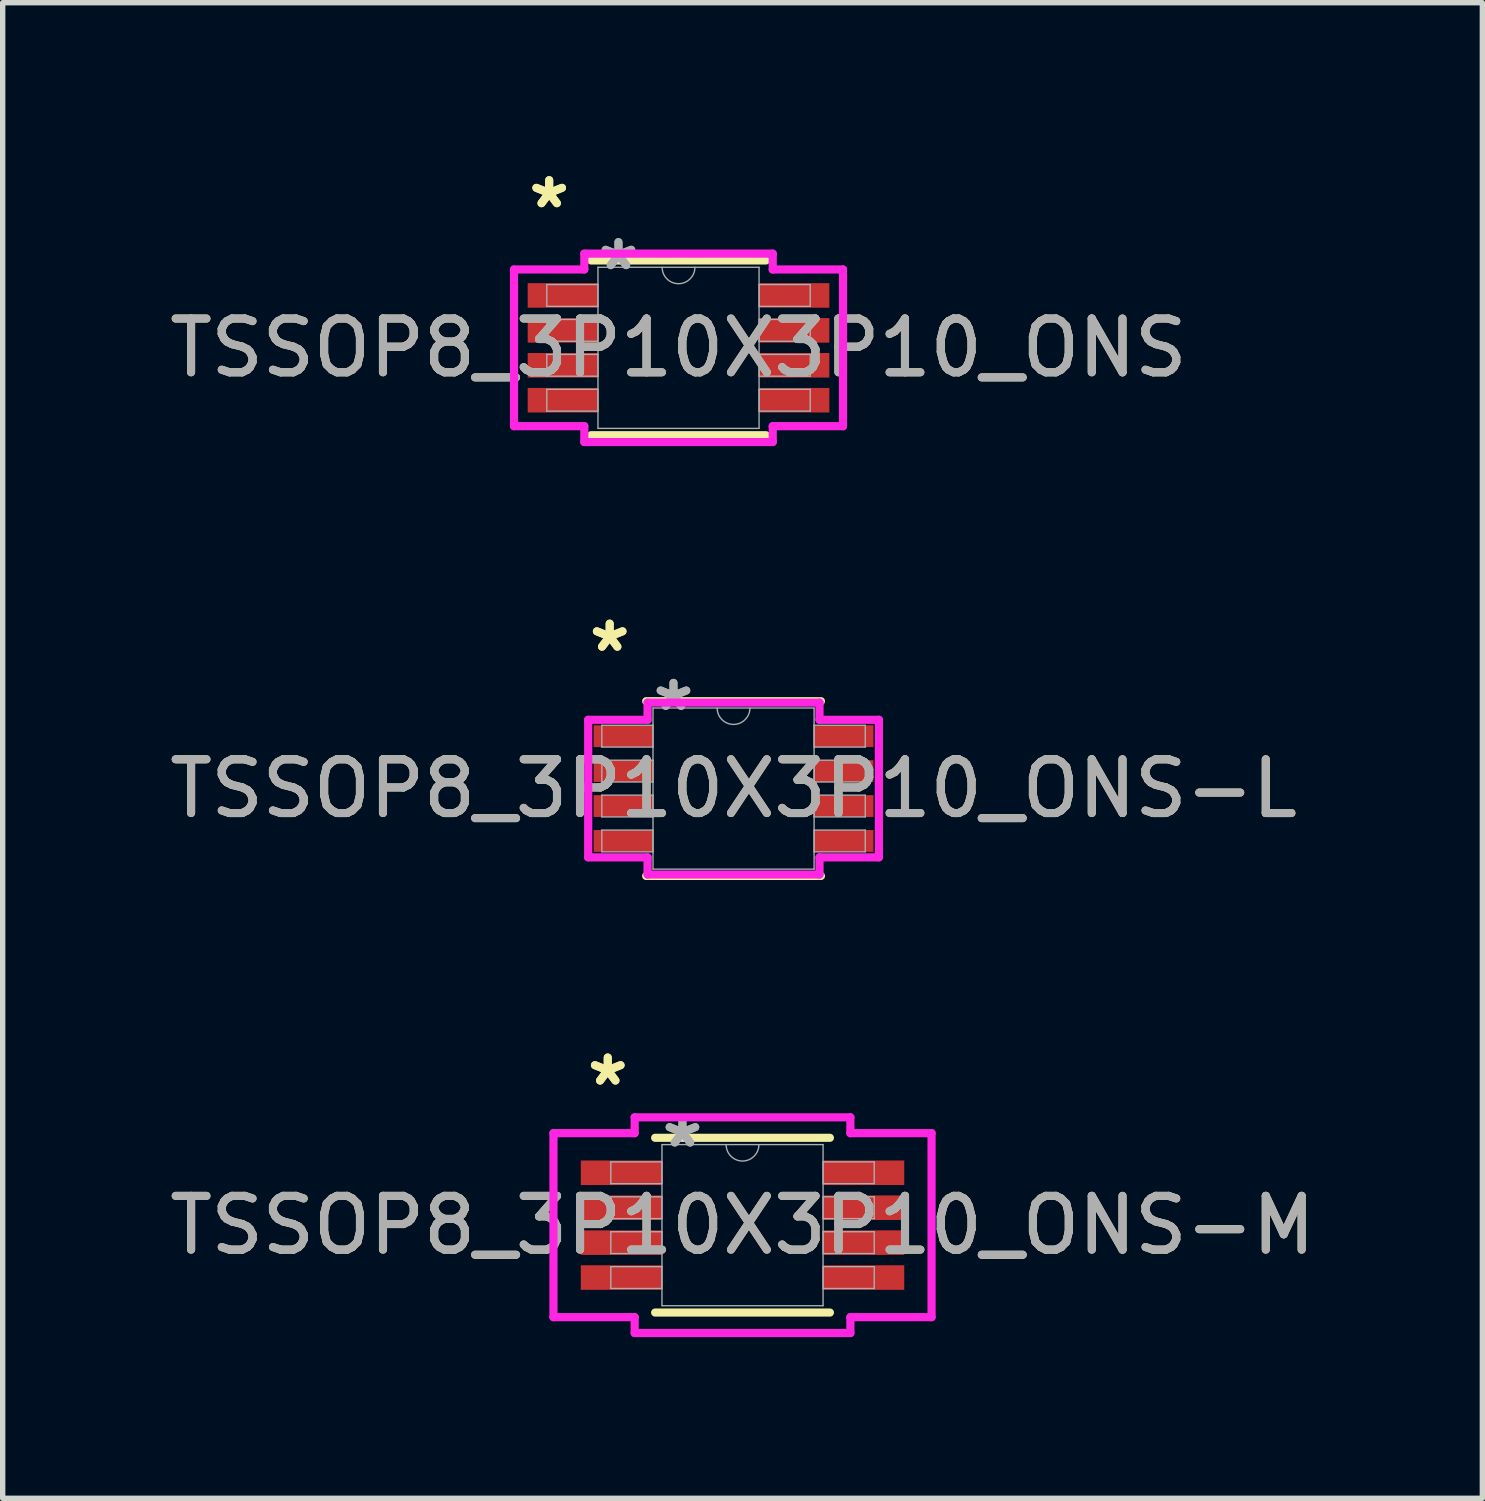
<source format=kicad_pcb>
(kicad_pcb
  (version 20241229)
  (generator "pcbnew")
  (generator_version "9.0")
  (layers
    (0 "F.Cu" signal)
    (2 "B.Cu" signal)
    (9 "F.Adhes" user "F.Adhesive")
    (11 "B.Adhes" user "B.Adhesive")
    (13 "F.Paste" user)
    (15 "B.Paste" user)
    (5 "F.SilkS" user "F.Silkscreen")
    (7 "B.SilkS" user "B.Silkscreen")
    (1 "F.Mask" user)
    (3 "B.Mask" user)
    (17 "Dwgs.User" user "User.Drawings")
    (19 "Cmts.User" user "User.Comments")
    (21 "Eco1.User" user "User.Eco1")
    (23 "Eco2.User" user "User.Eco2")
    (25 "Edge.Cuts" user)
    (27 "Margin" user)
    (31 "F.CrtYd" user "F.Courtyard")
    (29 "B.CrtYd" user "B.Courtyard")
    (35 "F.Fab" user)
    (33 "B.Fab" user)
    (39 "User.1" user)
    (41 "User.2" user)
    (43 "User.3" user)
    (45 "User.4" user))
  (footprint "TSSOP8_3P10X3P10_ONS-L"
    (layer "F.Cu")
    (at 10.601 11.625)
    (property "Reference" "TSSOP8_3P10X3P10_ONS-L" (at 0 0 0) (unlocked yes) (layer "F.SilkS") (effects (font (size 1 1) (thickness 0.15))))
    (attr smd)
    (fp_line (start -1.626 1.626) (end 1.626 1.626) (stroke (width 0.152) (type solid)) (layer "F.SilkS"))
    (fp_line (start 1.626 -1.626) (end -1.626 -1.626) (stroke (width 0.152) (type solid)) (layer "F.SilkS"))
    (fp_line (start -2.705 -1.28) (end -1.6 -1.28) (stroke (width 0.152) (type solid)) (layer "F.CrtYd"))
    (fp_line (start -2.705 1.28) (end -2.705 -1.28) (stroke (width 0.152) (type solid)) (layer "F.CrtYd"))
    (fp_line (start -2.705 1.28) (end -1.6 1.28) (stroke (width 0.152) (type solid)) (layer "F.CrtYd"))
    (fp_line (start -1.6 -1.6) (end 1.6 -1.6) (stroke (width 0.152) (type solid)) (layer "F.CrtYd"))
    (fp_line (start -1.6 -1.28) (end -1.6 -1.6) (stroke (width 0.152) (type solid)) (layer "F.CrtYd"))
    (fp_line (start -1.6 1.6) (end -1.6 1.28) (stroke (width 0.152) (type solid)) (layer "F.CrtYd"))
    (fp_line (start 1.6 -1.6) (end 1.6 -1.28) (stroke (width 0.152) (type solid)) (layer "F.CrtYd"))
    (fp_line (start 1.6 1.28) (end 1.6 1.6) (stroke (width 0.152) (type solid)) (layer "F.CrtYd"))
    (fp_line (start 1.6 1.6) (end -1.6 1.6) (stroke (width 0.152) (type solid)) (layer "F.CrtYd"))
    (fp_line (start 2.705 -1.28) (end 1.6 -1.28) (stroke (width 0.152) (type solid)) (layer "F.CrtYd"))
    (fp_line (start 2.705 -1.28) (end 2.705 1.28) (stroke (width 0.152) (type solid)) (layer "F.CrtYd"))
    (fp_line (start 2.705 1.28) (end 1.6 1.28) (stroke (width 0.152) (type solid)) (layer "F.CrtYd"))
    (fp_line (start -2.451 -1.178) (end -2.451 -0.772) (stroke (width 0.025) (type solid)) (layer "F.Fab"))
    (fp_line (start -2.451 -0.772) (end -1.499 -0.772) (stroke (width 0.025) (type solid)) (layer "F.Fab"))
    (fp_line (start -2.451 -0.528) (end -2.451 -0.122) (stroke (width 0.025) (type solid)) (layer "F.Fab"))
    (fp_line (start -2.451 -0.122) (end -1.499 -0.122) (stroke (width 0.025) (type solid)) (layer "F.Fab"))
    (fp_line (start -2.451 0.122) (end -2.451 0.528) (stroke (width 0.025) (type solid)) (layer "F.Fab"))
    (fp_line (start -2.451 0.528) (end -1.499 0.528) (stroke (width 0.025) (type solid)) (layer "F.Fab"))
    (fp_line (start -2.451 0.772) (end -2.451 1.178) (stroke (width 0.025) (type solid)) (layer "F.Fab"))
    (fp_line (start -2.451 1.178) (end -1.499 1.178) (stroke (width 0.025) (type solid)) (layer "F.Fab"))
    (fp_line (start -1.499 -1.499) (end -1.499 1.499) (stroke (width 0.025) (type solid)) (layer "F.Fab"))
    (fp_line (start -1.499 -1.178) (end -2.451 -1.178) (stroke (width 0.025) (type solid)) (layer "F.Fab"))
    (fp_line (start -1.499 -0.772) (end -1.499 -1.178) (stroke (width 0.025) (type solid)) (layer "F.Fab"))
    (fp_line (start -1.499 -0.528) (end -2.451 -0.528) (stroke (width 0.025) (type solid)) (layer "F.Fab"))
    (fp_line (start -1.499 -0.122) (end -1.499 -0.528) (stroke (width 0.025) (type solid)) (layer "F.Fab"))
    (fp_line (start -1.499 0.122) (end -2.451 0.122) (stroke (width 0.025) (type solid)) (layer "F.Fab"))
    (fp_line (start -1.499 0.528) (end -1.499 0.122) (stroke (width 0.025) (type solid)) (layer "F.Fab"))
    (fp_line (start -1.499 0.772) (end -2.451 0.772) (stroke (width 0.025) (type solid)) (layer "F.Fab"))
    (fp_line (start -1.499 1.178) (end -1.499 0.772) (stroke (width 0.025) (type solid)) (layer "F.Fab"))
    (fp_line (start -1.499 1.499) (end 1.499 1.499) (stroke (width 0.025) (type solid)) (layer "F.Fab"))
    (fp_line (start 1.499 -1.499) (end -1.499 -1.499) (stroke (width 0.025) (type solid)) (layer "F.Fab"))
    (fp_line (start 1.499 -1.178) (end 1.499 -0.772) (stroke (width 0.025) (type solid)) (layer "F.Fab"))
    (fp_line (start 1.499 -0.772) (end 2.451 -0.772) (stroke (width 0.025) (type solid)) (layer "F.Fab"))
    (fp_line (start 1.499 -0.528) (end 1.499 -0.122) (stroke (width 0.025) (type solid)) (layer "F.Fab"))
    (fp_line (start 1.499 -0.122) (end 2.451 -0.122) (stroke (width 0.025) (type solid)) (layer "F.Fab"))
    (fp_line (start 1.499 0.122) (end 1.499 0.528) (stroke (width 0.025) (type solid)) (layer "F.Fab"))
    (fp_line (start 1.499 0.528) (end 2.451 0.528) (stroke (width 0.025) (type solid)) (layer "F.Fab"))
    (fp_line (start 1.499 0.772) (end 1.499 1.178) (stroke (width 0.025) (type solid)) (layer "F.Fab"))
    (fp_line (start 1.499 1.178) (end 2.451 1.178) (stroke (width 0.025) (type solid)) (layer "F.Fab"))
    (fp_line (start 1.499 1.499) (end 1.499 -1.499) (stroke (width 0.025) (type solid)) (layer "F.Fab"))
    (fp_line (start 2.451 -1.178) (end 1.499 -1.178) (stroke (width 0.025) (type solid)) (layer "F.Fab"))
    (fp_line (start 2.451 -0.772) (end 2.451 -1.178) (stroke (width 0.025) (type solid)) (layer "F.Fab"))
    (fp_line (start 2.451 -0.528) (end 1.499 -0.528) (stroke (width 0.025) (type solid)) (layer "F.Fab"))
    (fp_line (start 2.451 -0.122) (end 2.451 -0.528) (stroke (width 0.025) (type solid)) (layer "F.Fab"))
    (fp_line (start 2.451 0.122) (end 1.499 0.122) (stroke (width 0.025) (type solid)) (layer "F.Fab"))
    (fp_line (start 2.451 0.528) (end 2.451 0.122) (stroke (width 0.025) (type solid)) (layer "F.Fab"))
    (fp_line (start 2.451 0.772) (end 1.499 0.772) (stroke (width 0.025) (type solid)) (layer "F.Fab"))
    (fp_line (start 2.451 1.178) (end 2.451 0.772) (stroke (width 0.025) (type solid)) (layer "F.Fab"))
    (fp_arc (start 0.3048 -1.4986) (mid 0 -1.1938) (end -0.3048 -1.4986) (stroke (width 0.0254) (type solid)) (layer "F.Fab"))
    (fp_text user "*" (at -2.305 -2.524 0) (layer "F.SilkS") (effects (font (size 1 1) (thickness 0.15))))
    (fp_text user "*" (at -2.305 -2.524 0) (unlocked yes) (layer "F.SilkS") (effects (font (size 1 1) (thickness 0.15))))
    (fp_text user "*" (at -1.118 -1.422 0) (unlocked yes) (layer "F.Fab") (effects (font (size 1 1) (thickness 0.15))))
    (fp_text user "*" (at -1.118 -1.422 0) (layer "F.Fab") (effects (font (size 1 1) (thickness 0.15))))
    (fp_text user "${REFERENCE}" (at 0 0 0) (unlocked yes) (layer "F.Fab") (effects (font (size 1 1) (thickness 0.15))))
    (pad "1" smd rect (at -2.051 -0.975) (size 1.105 0.406) (layers "F.Cu" "F.Mask" "F.Paste"))
    (pad "2" smd rect (at -2.051 -0.325) (size 1.105 0.406) (layers "F.Cu" "F.Mask" "F.Paste"))
    (pad "3" smd rect (at -2.051 0.325) (size 1.105 0.406) (layers "F.Cu" "F.Mask" "F.Paste"))
    (pad "4" smd rect (at -2.051 0.975) (size 1.105 0.406) (layers "F.Cu" "F.Mask" "F.Paste"))
    (pad "5" smd rect (at 2.051 0.975) (size 1.105 0.406) (layers "F.Cu" "F.Mask" "F.Paste"))
    (pad "6" smd rect (at 2.051 0.325) (size 1.105 0.406) (layers "F.Cu" "F.Mask" "F.Paste"))
    (pad "7" smd rect (at 2.051 -0.325) (size 1.105 0.406) (layers "F.Cu" "F.Mask" "F.Paste"))
    (pad "8" smd rect (at 2.051 -0.975) (size 1.105 0.406) (layers "F.Cu" "F.Mask" "F.Paste")))
  (footprint "TSSOP8_3P10X3P10_ONS"
    (layer "F.Cu")
    (at 9.577 3.423)
    (property "Reference" "TSSOP8_3P10X3P10_ONS" (at 0 0 0) (unlocked yes) (layer "F.SilkS") (effects (font (size 1 1) (thickness 0.15))))
    (attr smd)
    (fp_line (start -1.626 1.626) (end 1.626 1.626) (stroke (width 0.152) (type solid)) (layer "F.SilkS"))
    (fp_line (start 1.626 -1.626) (end -1.626 -1.626) (stroke (width 0.152) (type solid)) (layer "F.SilkS"))
    (fp_line (start -3.061 -1.458) (end -1.753 -1.458) (stroke (width 0.152) (type solid)) (layer "F.CrtYd"))
    (fp_line (start -3.061 1.458) (end -3.061 -1.458) (stroke (width 0.152) (type solid)) (layer "F.CrtYd"))
    (fp_line (start -3.061 1.458) (end -1.753 1.458) (stroke (width 0.152) (type solid)) (layer "F.CrtYd"))
    (fp_line (start -1.753 -1.753) (end 1.753 -1.753) (stroke (width 0.152) (type solid)) (layer "F.CrtYd"))
    (fp_line (start -1.753 -1.458) (end -1.753 -1.753) (stroke (width 0.152) (type solid)) (layer "F.CrtYd"))
    (fp_line (start -1.753 1.753) (end -1.753 1.458) (stroke (width 0.152) (type solid)) (layer "F.CrtYd"))
    (fp_line (start 1.753 -1.753) (end 1.753 -1.458) (stroke (width 0.152) (type solid)) (layer "F.CrtYd"))
    (fp_line (start 1.753 1.458) (end 1.753 1.753) (stroke (width 0.152) (type solid)) (layer "F.CrtYd"))
    (fp_line (start 1.753 1.753) (end -1.753 1.753) (stroke (width 0.152) (type solid)) (layer "F.CrtYd"))
    (fp_line (start 3.061 -1.458) (end 1.753 -1.458) (stroke (width 0.152) (type solid)) (layer "F.CrtYd"))
    (fp_line (start 3.061 -1.458) (end 3.061 1.458) (stroke (width 0.152) (type solid)) (layer "F.CrtYd"))
    (fp_line (start 3.061 1.458) (end 1.753 1.458) (stroke (width 0.152) (type solid)) (layer "F.CrtYd"))
    (fp_line (start -2.451 -1.178) (end -2.451 -0.772) (stroke (width 0.025) (type solid)) (layer "F.Fab"))
    (fp_line (start -2.451 -0.772) (end -1.499 -0.772) (stroke (width 0.025) (type solid)) (layer "F.Fab"))
    (fp_line (start -2.451 -0.528) (end -2.451 -0.122) (stroke (width 0.025) (type solid)) (layer "F.Fab"))
    (fp_line (start -2.451 -0.122) (end -1.499 -0.122) (stroke (width 0.025) (type solid)) (layer "F.Fab"))
    (fp_line (start -2.451 0.122) (end -2.451 0.528) (stroke (width 0.025) (type solid)) (layer "F.Fab"))
    (fp_line (start -2.451 0.528) (end -1.499 0.528) (stroke (width 0.025) (type solid)) (layer "F.Fab"))
    (fp_line (start -2.451 0.772) (end -2.451 1.178) (stroke (width 0.025) (type solid)) (layer "F.Fab"))
    (fp_line (start -2.451 1.178) (end -1.499 1.178) (stroke (width 0.025) (type solid)) (layer "F.Fab"))
    (fp_line (start -1.499 -1.499) (end -1.499 1.499) (stroke (width 0.025) (type solid)) (layer "F.Fab"))
    (fp_line (start -1.499 -1.178) (end -2.451 -1.178) (stroke (width 0.025) (type solid)) (layer "F.Fab"))
    (fp_line (start -1.499 -0.772) (end -1.499 -1.178) (stroke (width 0.025) (type solid)) (layer "F.Fab"))
    (fp_line (start -1.499 -0.528) (end -2.451 -0.528) (stroke (width 0.025) (type solid)) (layer "F.Fab"))
    (fp_line (start -1.499 -0.122) (end -1.499 -0.528) (stroke (width 0.025) (type solid)) (layer "F.Fab"))
    (fp_line (start -1.499 0.122) (end -2.451 0.122) (stroke (width 0.025) (type solid)) (layer "F.Fab"))
    (fp_line (start -1.499 0.528) (end -1.499 0.122) (stroke (width 0.025) (type solid)) (layer "F.Fab"))
    (fp_line (start -1.499 0.772) (end -2.451 0.772) (stroke (width 0.025) (type solid)) (layer "F.Fab"))
    (fp_line (start -1.499 1.178) (end -1.499 0.772) (stroke (width 0.025) (type solid)) (layer "F.Fab"))
    (fp_line (start -1.499 1.499) (end 1.499 1.499) (stroke (width 0.025) (type solid)) (layer "F.Fab"))
    (fp_line (start 1.499 -1.499) (end -1.499 -1.499) (stroke (width 0.025) (type solid)) (layer "F.Fab"))
    (fp_line (start 1.499 -1.178) (end 1.499 -0.772) (stroke (width 0.025) (type solid)) (layer "F.Fab"))
    (fp_line (start 1.499 -0.772) (end 2.451 -0.772) (stroke (width 0.025) (type solid)) (layer "F.Fab"))
    (fp_line (start 1.499 -0.528) (end 1.499 -0.122) (stroke (width 0.025) (type solid)) (layer "F.Fab"))
    (fp_line (start 1.499 -0.122) (end 2.451 -0.122) (stroke (width 0.025) (type solid)) (layer "F.Fab"))
    (fp_line (start 1.499 0.122) (end 1.499 0.528) (stroke (width 0.025) (type solid)) (layer "F.Fab"))
    (fp_line (start 1.499 0.528) (end 2.451 0.528) (stroke (width 0.025) (type solid)) (layer "F.Fab"))
    (fp_line (start 1.499 0.772) (end 1.499 1.178) (stroke (width 0.025) (type solid)) (layer "F.Fab"))
    (fp_line (start 1.499 1.178) (end 2.451 1.178) (stroke (width 0.025) (type solid)) (layer "F.Fab"))
    (fp_line (start 1.499 1.499) (end 1.499 -1.499) (stroke (width 0.025) (type solid)) (layer "F.Fab"))
    (fp_line (start 2.451 -1.178) (end 1.499 -1.178) (stroke (width 0.025) (type solid)) (layer "F.Fab"))
    (fp_line (start 2.451 -0.772) (end 2.451 -1.178) (stroke (width 0.025) (type solid)) (layer "F.Fab"))
    (fp_line (start 2.451 -0.528) (end 1.499 -0.528) (stroke (width 0.025) (type solid)) (layer "F.Fab"))
    (fp_line (start 2.451 -0.122) (end 2.451 -0.528) (stroke (width 0.025) (type solid)) (layer "F.Fab"))
    (fp_line (start 2.451 0.122) (end 1.499 0.122) (stroke (width 0.025) (type solid)) (layer "F.Fab"))
    (fp_line (start 2.451 0.528) (end 2.451 0.122) (stroke (width 0.025) (type solid)) (layer "F.Fab"))
    (fp_line (start 2.451 0.772) (end 1.499 0.772) (stroke (width 0.025) (type solid)) (layer "F.Fab"))
    (fp_line (start 2.451 1.178) (end 2.451 0.772) (stroke (width 0.025) (type solid)) (layer "F.Fab"))
    (fp_arc (start 0.3048 -1.4986) (mid 0 -1.1938) (end -0.3048 -1.4986) (stroke (width 0.0254) (type solid)) (layer "F.Fab"))
    (fp_text user "*" (at -2.407 -2.575 0) (layer "F.SilkS") (effects (font (size 1 1) (thickness 0.15))))
    (fp_text user "*" (at -2.407 -2.575 0) (unlocked yes) (layer "F.SilkS") (effects (font (size 1 1) (thickness 0.15))))
    (fp_text user "*" (at -1.118 -1.422 0) (layer "F.Fab") (effects (font (size 1 1) (thickness 0.15))))
    (fp_text user "${REFERENCE}" (at 0 0 0) (unlocked yes) (layer "F.Fab") (effects (font (size 1 1) (thickness 0.15))))
    (fp_text user "*" (at -1.118 -1.422 0) (unlocked yes) (layer "F.Fab") (effects (font (size 1 1) (thickness 0.15))))
    (pad "1" smd rect (at -2.153 -0.975) (size 1.308 0.457) (layers "F.Cu" "F.Mask" "F.Paste"))
    (pad "2" smd rect (at -2.153 -0.325) (size 1.308 0.457) (layers "F.Cu" "F.Mask" "F.Paste"))
    (pad "3" smd rect (at -2.153 0.325) (size 1.308 0.457) (layers "F.Cu" "F.Mask" "F.Paste"))
    (pad "4" smd rect (at -2.153 0.975) (size 1.308 0.457) (layers "F.Cu" "F.Mask" "F.Paste"))
    (pad "5" smd rect (at 2.153 0.975) (size 1.308 0.457) (layers "F.Cu" "F.Mask" "F.Paste"))
    (pad "6" smd rect (at 2.153 0.325) (size 1.308 0.457) (layers "F.Cu" "F.Mask" "F.Paste"))
    (pad "7" smd rect (at 2.153 -0.325) (size 1.308 0.457) (layers "F.Cu" "F.Mask" "F.Paste"))
    (pad "8" smd rect (at 2.153 -0.975) (size 1.308 0.457) (layers "F.Cu" "F.Mask" "F.Paste")))
  (footprint "TSSOP8_3P10X3P10_ONS-M"
    (layer "F.Cu")
    (at 10.768 19.75)
    (property "Reference" "TSSOP8_3P10X3P10_ONS-M" (at 0 0 0) (unlocked yes) (layer "F.SilkS") (effects (font (size 1 1) (thickness 0.15))))
    (attr smd)
    (fp_line (start -1.626 1.626) (end 1.626 1.626) (stroke (width 0.152) (type solid)) (layer "F.SilkS"))
    (fp_line (start 1.626 -1.626) (end -1.626 -1.626) (stroke (width 0.152) (type solid)) (layer "F.SilkS"))
    (fp_line (start -3.518 -1.712) (end -2.007 -1.712) (stroke (width 0.152) (type solid)) (layer "F.CrtYd"))
    (fp_line (start -3.518 1.712) (end -3.518 -1.712) (stroke (width 0.152) (type solid)) (layer "F.CrtYd"))
    (fp_line (start -3.518 1.712) (end -2.007 1.712) (stroke (width 0.152) (type solid)) (layer "F.CrtYd"))
    (fp_line (start -2.007 -2.007) (end 2.007 -2.007) (stroke (width 0.152) (type solid)) (layer "F.CrtYd"))
    (fp_line (start -2.007 -1.712) (end -2.007 -2.007) (stroke (width 0.152) (type solid)) (layer "F.CrtYd"))
    (fp_line (start -2.007 2.007) (end -2.007 1.712) (stroke (width 0.152) (type solid)) (layer "F.CrtYd"))
    (fp_line (start 2.007 -2.007) (end 2.007 -1.712) (stroke (width 0.152) (type solid)) (layer "F.CrtYd"))
    (fp_line (start 2.007 1.712) (end 2.007 2.007) (stroke (width 0.152) (type solid)) (layer "F.CrtYd"))
    (fp_line (start 2.007 2.007) (end -2.007 2.007) (stroke (width 0.152) (type solid)) (layer "F.CrtYd"))
    (fp_line (start 3.518 -1.712) (end 2.007 -1.712) (stroke (width 0.152) (type solid)) (layer "F.CrtYd"))
    (fp_line (start 3.518 -1.712) (end 3.518 1.712) (stroke (width 0.152) (type solid)) (layer "F.CrtYd"))
    (fp_line (start 3.518 1.712) (end 2.007 1.712) (stroke (width 0.152) (type solid)) (layer "F.CrtYd"))
    (fp_line (start -2.451 -1.178) (end -2.451 -0.772) (stroke (width 0.025) (type solid)) (layer "F.Fab"))
    (fp_line (start -2.451 -0.772) (end -1.499 -0.772) (stroke (width 0.025) (type solid)) (layer "F.Fab"))
    (fp_line (start -2.451 -0.528) (end -2.451 -0.122) (stroke (width 0.025) (type solid)) (layer "F.Fab"))
    (fp_line (start -2.451 -0.122) (end -1.499 -0.122) (stroke (width 0.025) (type solid)) (layer "F.Fab"))
    (fp_line (start -2.451 0.122) (end -2.451 0.528) (stroke (width 0.025) (type solid)) (layer "F.Fab"))
    (fp_line (start -2.451 0.528) (end -1.499 0.528) (stroke (width 0.025) (type solid)) (layer "F.Fab"))
    (fp_line (start -2.451 0.772) (end -2.451 1.178) (stroke (width 0.025) (type solid)) (layer "F.Fab"))
    (fp_line (start -2.451 1.178) (end -1.499 1.178) (stroke (width 0.025) (type solid)) (layer "F.Fab"))
    (fp_line (start -1.499 -1.499) (end -1.499 1.499) (stroke (width 0.025) (type solid)) (layer "F.Fab"))
    (fp_line (start -1.499 -1.178) (end -2.451 -1.178) (stroke (width 0.025) (type solid)) (layer "F.Fab"))
    (fp_line (start -1.499 -0.772) (end -1.499 -1.178) (stroke (width 0.025) (type solid)) (layer "F.Fab"))
    (fp_line (start -1.499 -0.528) (end -2.451 -0.528) (stroke (width 0.025) (type solid)) (layer "F.Fab"))
    (fp_line (start -1.499 -0.122) (end -1.499 -0.528) (stroke (width 0.025) (type solid)) (layer "F.Fab"))
    (fp_line (start -1.499 0.122) (end -2.451 0.122) (stroke (width 0.025) (type solid)) (layer "F.Fab"))
    (fp_line (start -1.499 0.528) (end -1.499 0.122) (stroke (width 0.025) (type solid)) (layer "F.Fab"))
    (fp_line (start -1.499 0.772) (end -2.451 0.772) (stroke (width 0.025) (type solid)) (layer "F.Fab"))
    (fp_line (start -1.499 1.178) (end -1.499 0.772) (stroke (width 0.025) (type solid)) (layer "F.Fab"))
    (fp_line (start -1.499 1.499) (end 1.499 1.499) (stroke (width 0.025) (type solid)) (layer "F.Fab"))
    (fp_line (start 1.499 -1.499) (end -1.499 -1.499) (stroke (width 0.025) (type solid)) (layer "F.Fab"))
    (fp_line (start 1.499 -1.178) (end 1.499 -0.772) (stroke (width 0.025) (type solid)) (layer "F.Fab"))
    (fp_line (start 1.499 -0.772) (end 2.451 -0.772) (stroke (width 0.025) (type solid)) (layer "F.Fab"))
    (fp_line (start 1.499 -0.528) (end 1.499 -0.122) (stroke (width 0.025) (type solid)) (layer "F.Fab"))
    (fp_line (start 1.499 -0.122) (end 2.451 -0.122) (stroke (width 0.025) (type solid)) (layer "F.Fab"))
    (fp_line (start 1.499 0.122) (end 1.499 0.528) (stroke (width 0.025) (type solid)) (layer "F.Fab"))
    (fp_line (start 1.499 0.528) (end 2.451 0.528) (stroke (width 0.025) (type solid)) (layer "F.Fab"))
    (fp_line (start 1.499 0.772) (end 1.499 1.178) (stroke (width 0.025) (type solid)) (layer "F.Fab"))
    (fp_line (start 1.499 1.178) (end 2.451 1.178) (stroke (width 0.025) (type solid)) (layer "F.Fab"))
    (fp_line (start 1.499 1.499) (end 1.499 -1.499) (stroke (width 0.025) (type solid)) (layer "F.Fab"))
    (fp_line (start 2.451 -1.178) (end 1.499 -1.178) (stroke (width 0.025) (type solid)) (layer "F.Fab"))
    (fp_line (start 2.451 -0.772) (end 2.451 -1.178) (stroke (width 0.025) (type solid)) (layer "F.Fab"))
    (fp_line (start 2.451 -0.528) (end 1.499 -0.528) (stroke (width 0.025) (type solid)) (layer "F.Fab"))
    (fp_line (start 2.451 -0.122) (end 2.451 -0.528) (stroke (width 0.025) (type solid)) (layer "F.Fab"))
    (fp_line (start 2.451 0.122) (end 1.499 0.122) (stroke (width 0.025) (type solid)) (layer "F.Fab"))
    (fp_line (start 2.451 0.528) (end 2.451 0.122) (stroke (width 0.025) (type solid)) (layer "F.Fab"))
    (fp_line (start 2.451 0.772) (end 1.499 0.772) (stroke (width 0.025) (type solid)) (layer "F.Fab"))
    (fp_line (start 2.451 1.178) (end 2.451 0.772) (stroke (width 0.025) (type solid)) (layer "F.Fab"))
    (fp_arc (start 0.3048 -1.4986) (mid 0 -1.1938) (end -0.3048 -1.4986) (stroke (width 0.0254) (type solid)) (layer "F.Fab"))
    (fp_text user "*" (at -2.508 -2.575 0) (unlocked yes) (layer "F.SilkS") (effects (font (size 1 1) (thickness 0.15))))
    (fp_text user "*" (at -2.508 -2.575 0) (layer "F.SilkS") (effects (font (size 1 1) (thickness 0.15))))
    (fp_text user "${REFERENCE}" (at 0 0 0) (unlocked yes) (layer "F.Fab") (effects (font (size 1 1) (thickness 0.15))))
    (fp_text user "*" (at -1.118 -1.422 0) (layer "F.Fab") (effects (font (size 1 1) (thickness 0.15))))
    (fp_text user "*" (at -1.118 -1.422 0) (unlocked yes) (layer "F.Fab") (effects (font (size 1 1) (thickness 0.15))))
    (pad "1" smd rect (at -2.254 -0.975) (size 1.511 0.457) (layers "F.Cu" "F.Mask" "F.Paste"))
    (pad "2" smd rect (at -2.254 -0.325) (size 1.511 0.457) (layers "F.Cu" "F.Mask" "F.Paste"))
    (pad "3" smd rect (at -2.254 0.325) (size 1.511 0.457) (layers "F.Cu" "F.Mask" "F.Paste"))
    (pad "4" smd rect (at -2.254 0.975) (size 1.511 0.457) (layers "F.Cu" "F.Mask" "F.Paste"))
    (pad "5" smd rect (at 2.254 0.975) (size 1.511 0.457) (layers "F.Cu" "F.Mask" "F.Paste"))
    (pad "6" smd rect (at 2.254 0.325) (size 1.511 0.457) (layers "F.Cu" "F.Mask" "F.Paste"))
    (pad "7" smd rect (at 2.254 -0.325) (size 1.511 0.457) (layers "F.Cu" "F.Mask" "F.Paste"))
    (pad "8" smd rect (at 2.254 -0.975) (size 1.511 0.457) (layers "F.Cu" "F.Mask" "F.Paste")))
  (gr_rect
    (start -3 -3)
    (end 24.536 24.833)
    (stroke (width 0.1) (type default))
    (fill no)
    (layer "Edge.Cuts")))
</source>
